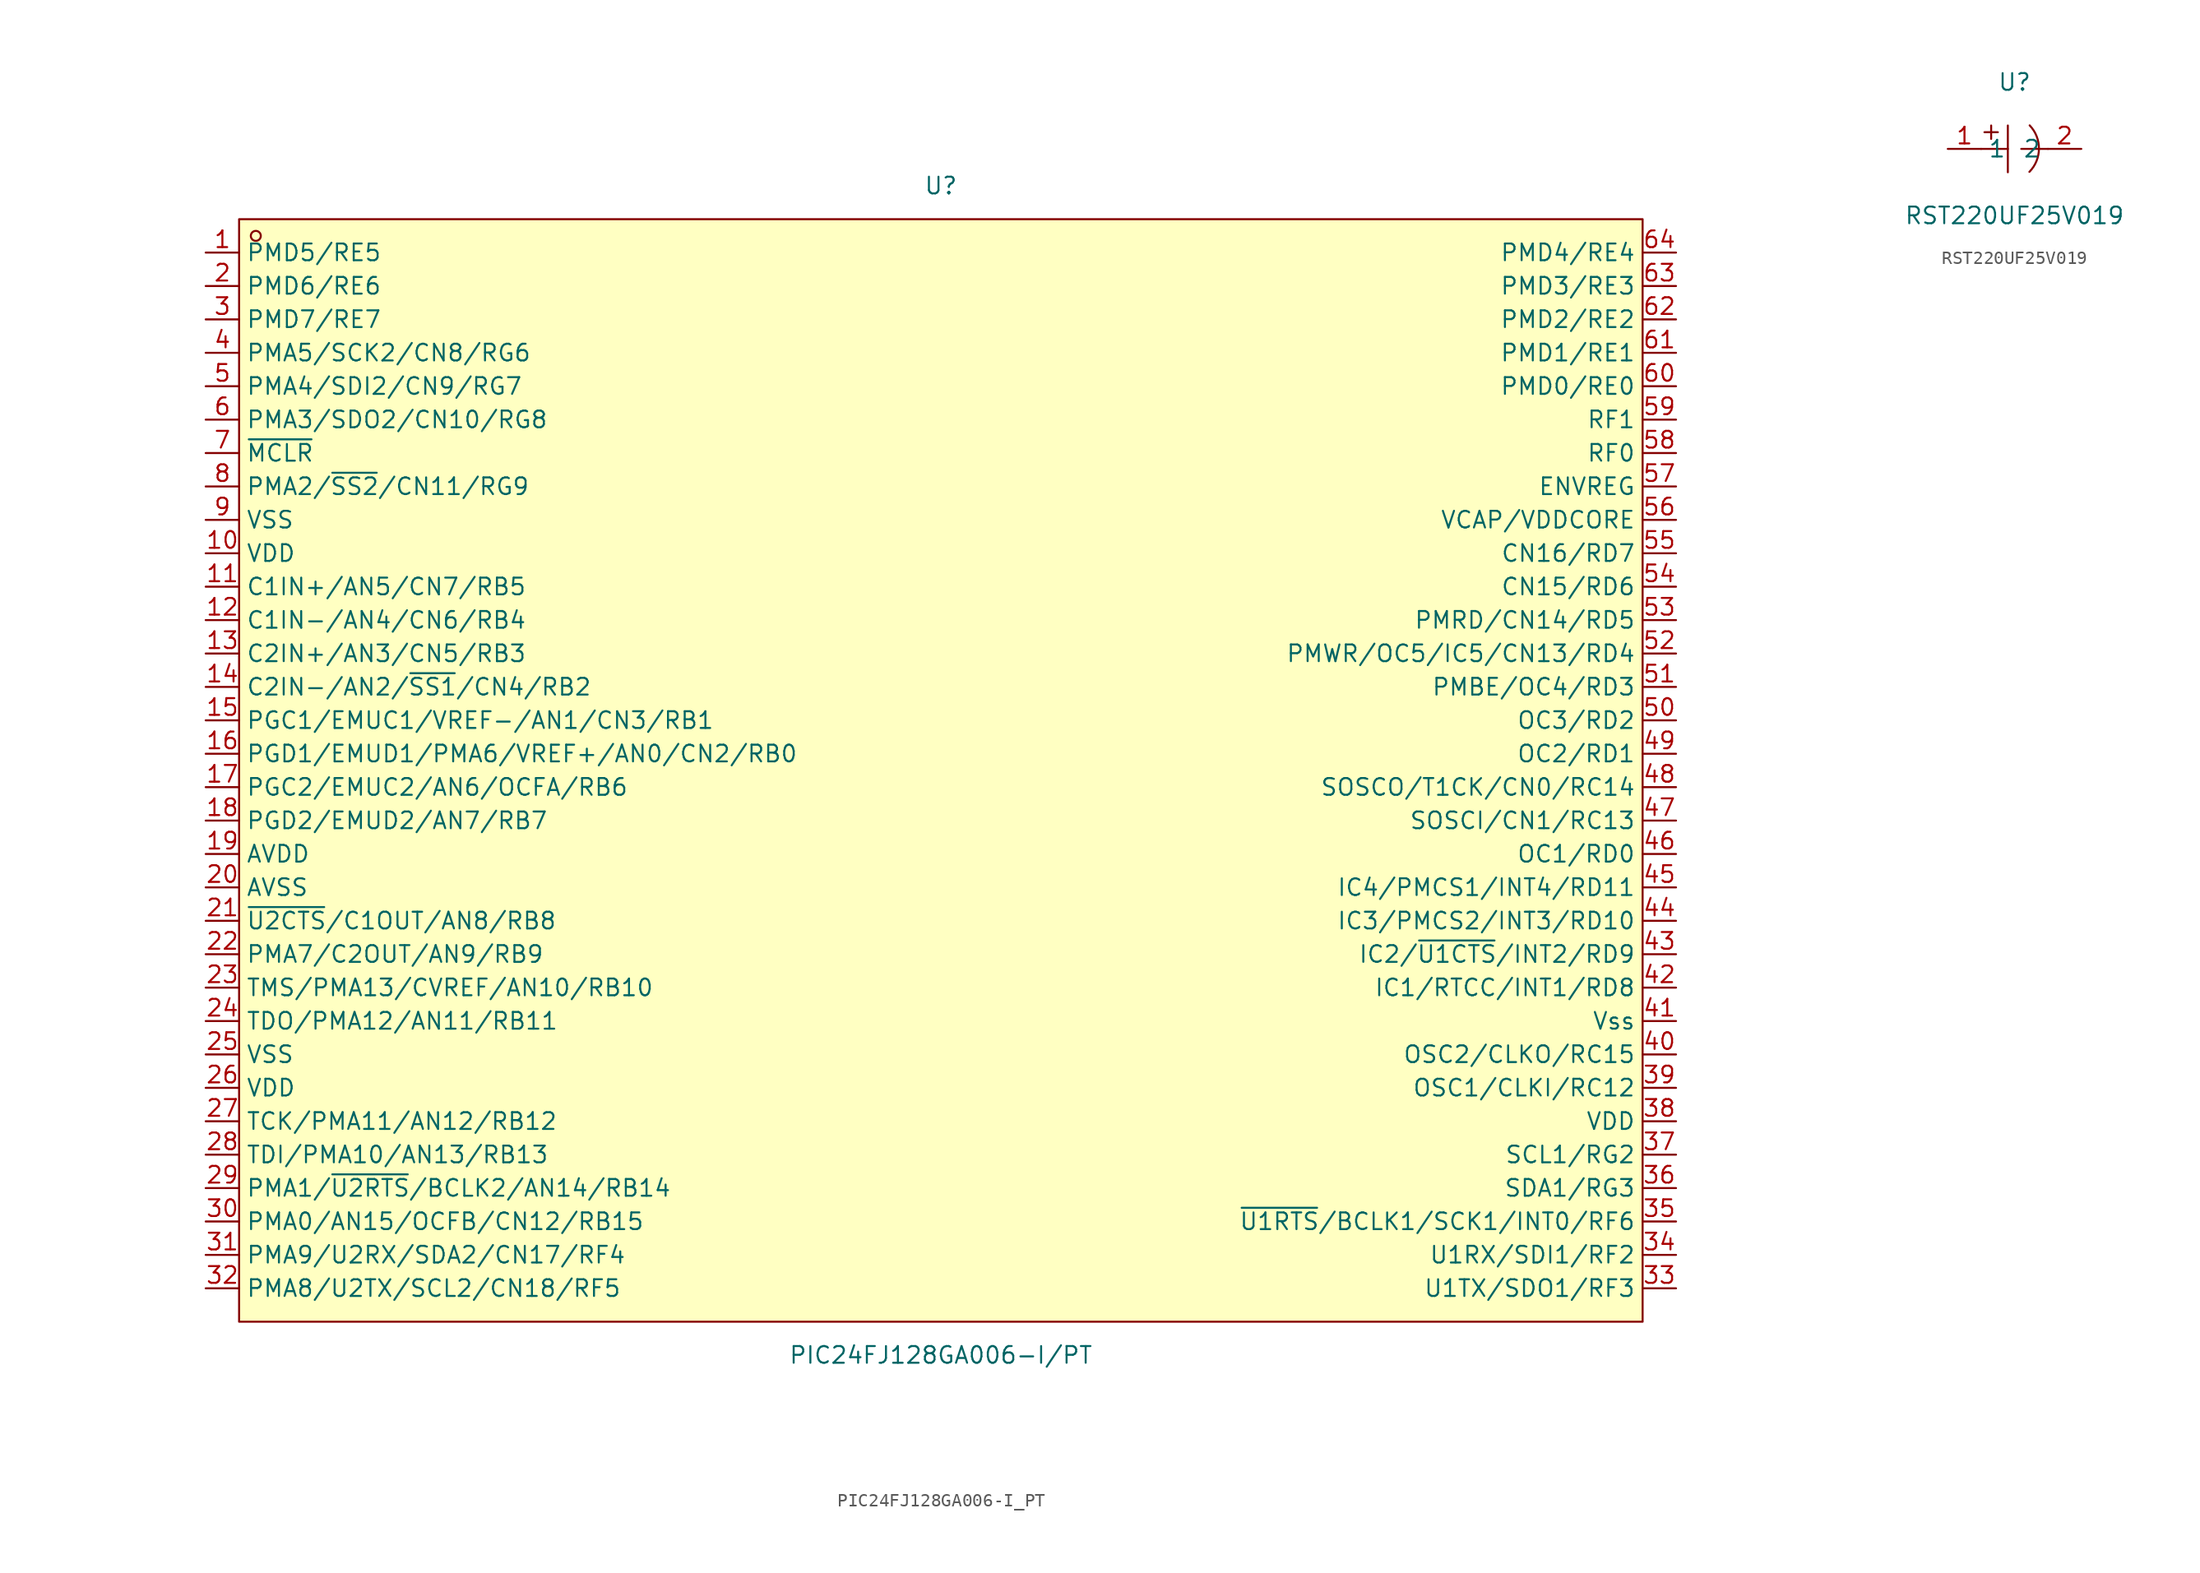
<source format=kicad_sym>
(kicad_symbol_lib
  (version 20211014)
  (generator https://github.com/uPesy/easyeda2kicad.py)
  (symbol "PIC24FJ128GA006-I_PT"
    (property "Reference" "U"
      (at 0 45.72 0)
      (effects (font (size 1.27 1.27))))
    (property "Value" "PIC24FJ128GA006-I/PT"
      (at 0 -43.18 0)
      (effects (font (size 1.27 1.27))))
    (symbol "PIC24FJ128GA006-I_PT_0_1"
      (rectangle (start -53.34 43.18) (end 53.34 -40.64) (stroke (width 0) (type default) (color 0 0 0 0)) (fill (type background)))
      (circle (center -52.07 41.91) (radius 0.38) (stroke (width 0) (type default) (color 0 0 0 0)) (fill (type none)))
      (pin unspecified line (at 55.88 40.64 180) (length 2.54) (name "PMD4/RE4" (effects (font (size 1.27 1.27)))) (number "64" (effects (font (size 1.27 1.27)))))
      (pin unspecified line (at 55.88 38.10 180) (length 2.54) (name "PMD3/RE3" (effects (font (size 1.27 1.27)))) (number "63" (effects (font (size 1.27 1.27)))))
      (pin unspecified line (at 55.88 35.56 180) (length 2.54) (name "PMD2/RE2" (effects (font (size 1.27 1.27)))) (number "62" (effects (font (size 1.27 1.27)))))
      (pin unspecified line (at 55.88 33.02 180) (length 2.54) (name "PMD1/RE1" (effects (font (size 1.27 1.27)))) (number "61" (effects (font (size 1.27 1.27)))))
      (pin unspecified line (at 55.88 30.48 180) (length 2.54) (name "PMD0/RE0" (effects (font (size 1.27 1.27)))) (number "60" (effects (font (size 1.27 1.27)))))
      (pin unspecified line (at 55.88 27.94 180) (length 2.54) (name "RF1" (effects (font (size 1.27 1.27)))) (number "59" (effects (font (size 1.27 1.27)))))
      (pin unspecified line (at 55.88 25.40 180) (length 2.54) (name "RF0" (effects (font (size 1.27 1.27)))) (number "58" (effects (font (size 1.27 1.27)))))
      (pin unspecified line (at 55.88 22.86 180) (length 2.54) (name "ENVREG" (effects (font (size 1.27 1.27)))) (number "57" (effects (font (size 1.27 1.27)))))
      (pin unspecified line (at 55.88 20.32 180) (length 2.54) (name "VCAP/VDDCORE" (effects (font (size 1.27 1.27)))) (number "56" (effects (font (size 1.27 1.27)))))
      (pin unspecified line (at 55.88 17.78 180) (length 2.54) (name "CN16/RD7" (effects (font (size 1.27 1.27)))) (number "55" (effects (font (size 1.27 1.27)))))
      (pin unspecified line (at 55.88 15.24 180) (length 2.54) (name "CN15/RD6" (effects (font (size 1.27 1.27)))) (number "54" (effects (font (size 1.27 1.27)))))
      (pin unspecified line (at 55.88 12.70 180) (length 2.54) (name "PMRD/CN14/RD5" (effects (font (size 1.27 1.27)))) (number "53" (effects (font (size 1.27 1.27)))))
      (pin unspecified line (at 55.88 10.16 180) (length 2.54) (name "PMWR/OC5/IC5/CN13/RD4" (effects (font (size 1.27 1.27)))) (number "52" (effects (font (size 1.27 1.27)))))
      (pin unspecified line (at 55.88 7.62 180) (length 2.54) (name "PMBE/OC4/RD3" (effects (font (size 1.27 1.27)))) (number "51" (effects (font (size 1.27 1.27)))))
      (pin unspecified line (at 55.88 5.08 180) (length 2.54) (name "OC3/RD2" (effects (font (size 1.27 1.27)))) (number "50" (effects (font (size 1.27 1.27)))))
      (pin unspecified line (at 55.88 2.54 180) (length 2.54) (name "OC2/RD1" (effects (font (size 1.27 1.27)))) (number "49" (effects (font (size 1.27 1.27)))))
      (pin unspecified line (at 55.88 -0.00 180) (length 2.54) (name "SOSCO/T1CK/CN0/RC14" (effects (font (size 1.27 1.27)))) (number "48" (effects (font (size 1.27 1.27)))))
      (pin unspecified line (at 55.88 -2.54 180) (length 2.54) (name "SOSCI/CN1/RC13" (effects (font (size 1.27 1.27)))) (number "47" (effects (font (size 1.27 1.27)))))
      (pin unspecified line (at 55.88 -5.08 180) (length 2.54) (name "OC1/RD0" (effects (font (size 1.27 1.27)))) (number "46" (effects (font (size 1.27 1.27)))))
      (pin unspecified line (at 55.88 -7.62 180) (length 2.54) (name "IC4/PMCS1/INT4/RD11" (effects (font (size 1.27 1.27)))) (number "45" (effects (font (size 1.27 1.27)))))
      (pin unspecified line (at 55.88 -10.16 180) (length 2.54) (name "IC3/PMCS2/INT3/RD10" (effects (font (size 1.27 1.27)))) (number "44" (effects (font (size 1.27 1.27)))))
      (pin unspecified line (at 55.88 -12.70 180) (length 2.54) (name "IC2/~{U1CTS}/INT2/RD9" (effects (font (size 1.27 1.27)))) (number "43" (effects (font (size 1.27 1.27)))))
      (pin unspecified line (at 55.88 -15.24 180) (length 2.54) (name "IC1/RTCC/INT1/RD8" (effects (font (size 1.27 1.27)))) (number "42" (effects (font (size 1.27 1.27)))))
      (pin unspecified line (at 55.88 -17.78 180) (length 2.54) (name "Vss" (effects (font (size 1.27 1.27)))) (number "41" (effects (font (size 1.27 1.27)))))
      (pin unspecified line (at 55.88 -20.32 180) (length 2.54) (name "OSC2/CLKO/RC15" (effects (font (size 1.27 1.27)))) (number "40" (effects (font (size 1.27 1.27)))))
      (pin unspecified line (at 55.88 -22.86 180) (length 2.54) (name "OSC1/CLKI/RC12" (effects (font (size 1.27 1.27)))) (number "39" (effects (font (size 1.27 1.27)))))
      (pin unspecified line (at 55.88 -25.40 180) (length 2.54) (name "VDD" (effects (font (size 1.27 1.27)))) (number "38" (effects (font (size 1.27 1.27)))))
      (pin unspecified line (at 55.88 -27.94 180) (length 2.54) (name "SCL1/RG2" (effects (font (size 1.27 1.27)))) (number "37" (effects (font (size 1.27 1.27)))))
      (pin unspecified line (at 55.88 -30.48 180) (length 2.54) (name "SDA1/RG3" (effects (font (size 1.27 1.27)))) (number "36" (effects (font (size 1.27 1.27)))))
      (pin unspecified line (at 55.88 -33.02 180) (length 2.54) (name "~{U1RTS}/BCLK1/SCK1/INT0/RF6" (effects (font (size 1.27 1.27)))) (number "35" (effects (font (size 1.27 1.27)))))
      (pin unspecified line (at 55.88 -35.56 180) (length 2.54) (name "U1RX/SDI1/RF2" (effects (font (size 1.27 1.27)))) (number "34" (effects (font (size 1.27 1.27)))))
      (pin unspecified line (at 55.88 -38.10 180) (length 2.54) (name "U1TX/SDO1/RF3" (effects (font (size 1.27 1.27)))) (number "33" (effects (font (size 1.27 1.27)))))
      (pin unspecified line (at -55.88 -38.10 0) (length 2.54) (name "PMA8/U2TX/SCL2/CN18/RF5" (effects (font (size 1.27 1.27)))) (number "32" (effects (font (size 1.27 1.27)))))
      (pin unspecified line (at -55.88 -35.56 0) (length 2.54) (name "PMA9/U2RX/SDA2/CN17/RF4" (effects (font (size 1.27 1.27)))) (number "31" (effects (font (size 1.27 1.27)))))
      (pin unspecified line (at -55.88 -33.02 0) (length 2.54) (name "PMA0/AN15/OCFB/CN12/RB15" (effects (font (size 1.27 1.27)))) (number "30" (effects (font (size 1.27 1.27)))))
      (pin unspecified line (at -55.88 -30.48 0) (length 2.54) (name "PMA1/~{U2RTS}/BCLK2/AN14/RB14" (effects (font (size 1.27 1.27)))) (number "29" (effects (font (size 1.27 1.27)))))
      (pin unspecified line (at -55.88 -27.94 0) (length 2.54) (name "TDI/PMA10/AN13/RB13" (effects (font (size 1.27 1.27)))) (number "28" (effects (font (size 1.27 1.27)))))
      (pin unspecified line (at -55.88 -25.40 0) (length 2.54) (name "TCK/PMA11/AN12/RB12" (effects (font (size 1.27 1.27)))) (number "27" (effects (font (size 1.27 1.27)))))
      (pin unspecified line (at -55.88 -22.86 0) (length 2.54) (name "VDD" (effects (font (size 1.27 1.27)))) (number "26" (effects (font (size 1.27 1.27)))))
      (pin unspecified line (at -55.88 -20.32 0) (length 2.54) (name "VSS" (effects (font (size 1.27 1.27)))) (number "25" (effects (font (size 1.27 1.27)))))
      (pin unspecified line (at -55.88 -17.78 0) (length 2.54) (name "TDO/PMA12/AN11/RB11" (effects (font (size 1.27 1.27)))) (number "24" (effects (font (size 1.27 1.27)))))
      (pin unspecified line (at -55.88 -15.24 0) (length 2.54) (name "TMS/PMA13/CVREF/AN10/RB10" (effects (font (size 1.27 1.27)))) (number "23" (effects (font (size 1.27 1.27)))))
      (pin unspecified line (at -55.88 -12.70 0) (length 2.54) (name "PMA7/C2OUT/AN9/RB9" (effects (font (size 1.27 1.27)))) (number "22" (effects (font (size 1.27 1.27)))))
      (pin unspecified line (at -55.88 -10.16 0) (length 2.54) (name "~{U2CTS}/C1OUT/AN8/RB8" (effects (font (size 1.27 1.27)))) (number "21" (effects (font (size 1.27 1.27)))))
      (pin unspecified line (at -55.88 -7.62 0) (length 2.54) (name "AVSS" (effects (font (size 1.27 1.27)))) (number "20" (effects (font (size 1.27 1.27)))))
      (pin unspecified line (at -55.88 -5.08 0) (length 2.54) (name "AVDD" (effects (font (size 1.27 1.27)))) (number "19" (effects (font (size 1.27 1.27)))))
      (pin unspecified line (at -55.88 -2.54 0) (length 2.54) (name "PGD2/EMUD2/AN7/RB7" (effects (font (size 1.27 1.27)))) (number "18" (effects (font (size 1.27 1.27)))))
      (pin unspecified line (at -55.88 -0.00 0) (length 2.54) (name "PGC2/EMUC2/AN6/OCFA/RB6" (effects (font (size 1.27 1.27)))) (number "17" (effects (font (size 1.27 1.27)))))
      (pin unspecified line (at -55.88 2.54 0) (length 2.54) (name "PGD1/EMUD1/PMA6/VREF+/AN0/CN2/RB0" (effects (font (size 1.27 1.27)))) (number "16" (effects (font (size 1.27 1.27)))))
      (pin unspecified line (at -55.88 5.08 0) (length 2.54) (name "PGC1/EMUC1/VREF-/AN1/CN3/RB1" (effects (font (size 1.27 1.27)))) (number "15" (effects (font (size 1.27 1.27)))))
      (pin unspecified line (at -55.88 7.62 0) (length 2.54) (name "C2IN-/AN2/~{SS1}/CN4/RB2" (effects (font (size 1.27 1.27)))) (number "14" (effects (font (size 1.27 1.27)))))
      (pin unspecified line (at -55.88 10.16 0) (length 2.54) (name "C2IN+/AN3/CN5/RB3" (effects (font (size 1.27 1.27)))) (number "13" (effects (font (size 1.27 1.27)))))
      (pin unspecified line (at -55.88 12.70 0) (length 2.54) (name "C1IN-/AN4/CN6/RB4" (effects (font (size 1.27 1.27)))) (number "12" (effects (font (size 1.27 1.27)))))
      (pin unspecified line (at -55.88 15.24 0) (length 2.54) (name "C1IN+/AN5/CN7/RB5" (effects (font (size 1.27 1.27)))) (number "11" (effects (font (size 1.27 1.27)))))
      (pin unspecified line (at -55.88 17.78 0) (length 2.54) (name "VDD" (effects (font (size 1.27 1.27)))) (number "10" (effects (font (size 1.27 1.27)))))
      (pin unspecified line (at -55.88 20.32 0) (length 2.54) (name "VSS" (effects (font (size 1.27 1.27)))) (number "9" (effects (font (size 1.27 1.27)))))
      (pin unspecified line (at -55.88 22.86 0) (length 2.54) (name "PMA2/~{SS2}/CN11/RG9" (effects (font (size 1.27 1.27)))) (number "8" (effects (font (size 1.27 1.27)))))
      (pin unspecified line (at -55.88 25.40 0) (length 2.54) (name "~{MCLR}" (effects (font (size 1.27 1.27)))) (number "7" (effects (font (size 1.27 1.27)))))
      (pin unspecified line (at -55.88 27.94 0) (length 2.54) (name "PMA3/SDO2/CN10/RG8" (effects (font (size 1.27 1.27)))) (number "6" (effects (font (size 1.27 1.27)))))
      (pin unspecified line (at -55.88 30.48 0) (length 2.54) (name "PMA4/SDI2/CN9/RG7" (effects (font (size 1.27 1.27)))) (number "5" (effects (font (size 1.27 1.27)))))
      (pin unspecified line (at -55.88 33.02 0) (length 2.54) (name "PMA5/SCK2/CN8/RG6" (effects (font (size 1.27 1.27)))) (number "4" (effects (font (size 1.27 1.27)))))
      (pin unspecified line (at -55.88 35.56 0) (length 2.54) (name "PMD7/RE7" (effects (font (size 1.27 1.27)))) (number "3" (effects (font (size 1.27 1.27)))))
      (pin unspecified line (at -55.88 38.10 0) (length 2.54) (name "PMD6/RE6" (effects (font (size 1.27 1.27)))) (number "2" (effects (font (size 1.27 1.27)))))
      (pin unspecified line (at -55.88 40.64 0) (length 2.54) (name "PMD5/RE5" (effects (font (size 1.27 1.27)))) (number "1" (effects (font (size 1.27 1.27)))))))
  (symbol "RST220UF25V019"
    (property "Reference" "U"
      (at 0 5.08 0)
      (effects (font (size 1.27 1.27))))
    (property "Value" "RST220UF25V019"
      (at 0 -5.08 0)
      (effects (font (size 1.27 1.27))))
    (symbol "RST220UF25V019_0_1"
      (arc (start 1.13 -1.75) (mid 5.47 -0.41) (end 1.15 1.79) (stroke (width 0) (type default) (color 0 0 0 0)) (fill (type none)))
      (polyline (pts (xy -0.51 1.78) (xy -0.51 -1.78)) (stroke (width 0) (type default) (color 0 0 0 0)) (fill (type none)))
      (polyline (pts (xy -2.54 -0.00) (xy -0.51 -0.00)) (stroke (width 0) (type default) (color 0 0 0 0)) (fill (type none)))
      (polyline (pts (xy 0.51 -0.00) (xy 2.54 -0.00)) (stroke (width 0) (type default) (color 0 0 0 0)) (fill (type none)))
      (polyline (pts (xy -2.29 1.27) (xy -1.27 1.27)) (stroke (width 0) (type default) (color 0 0 0 0)) (fill (type none)))
      (polyline (pts (xy -1.78 1.78) (xy -1.78 0.76)) (stroke (width 0) (type default) (color 0 0 0 0)) (fill (type none)))
      (pin input line (at -5.08 -0.00 0) (length 2.54) (name "1" (effects (font (size 1.27 1.27)))) (number "1" (effects (font (size 1.27 1.27)))))
      (pin input line (at 5.08 -0.00 180) (length 2.54) (name "2" (effects (font (size 1.27 1.27)))) (number "2" (effects (font (size 1.27 1.27))))))))
</source>
